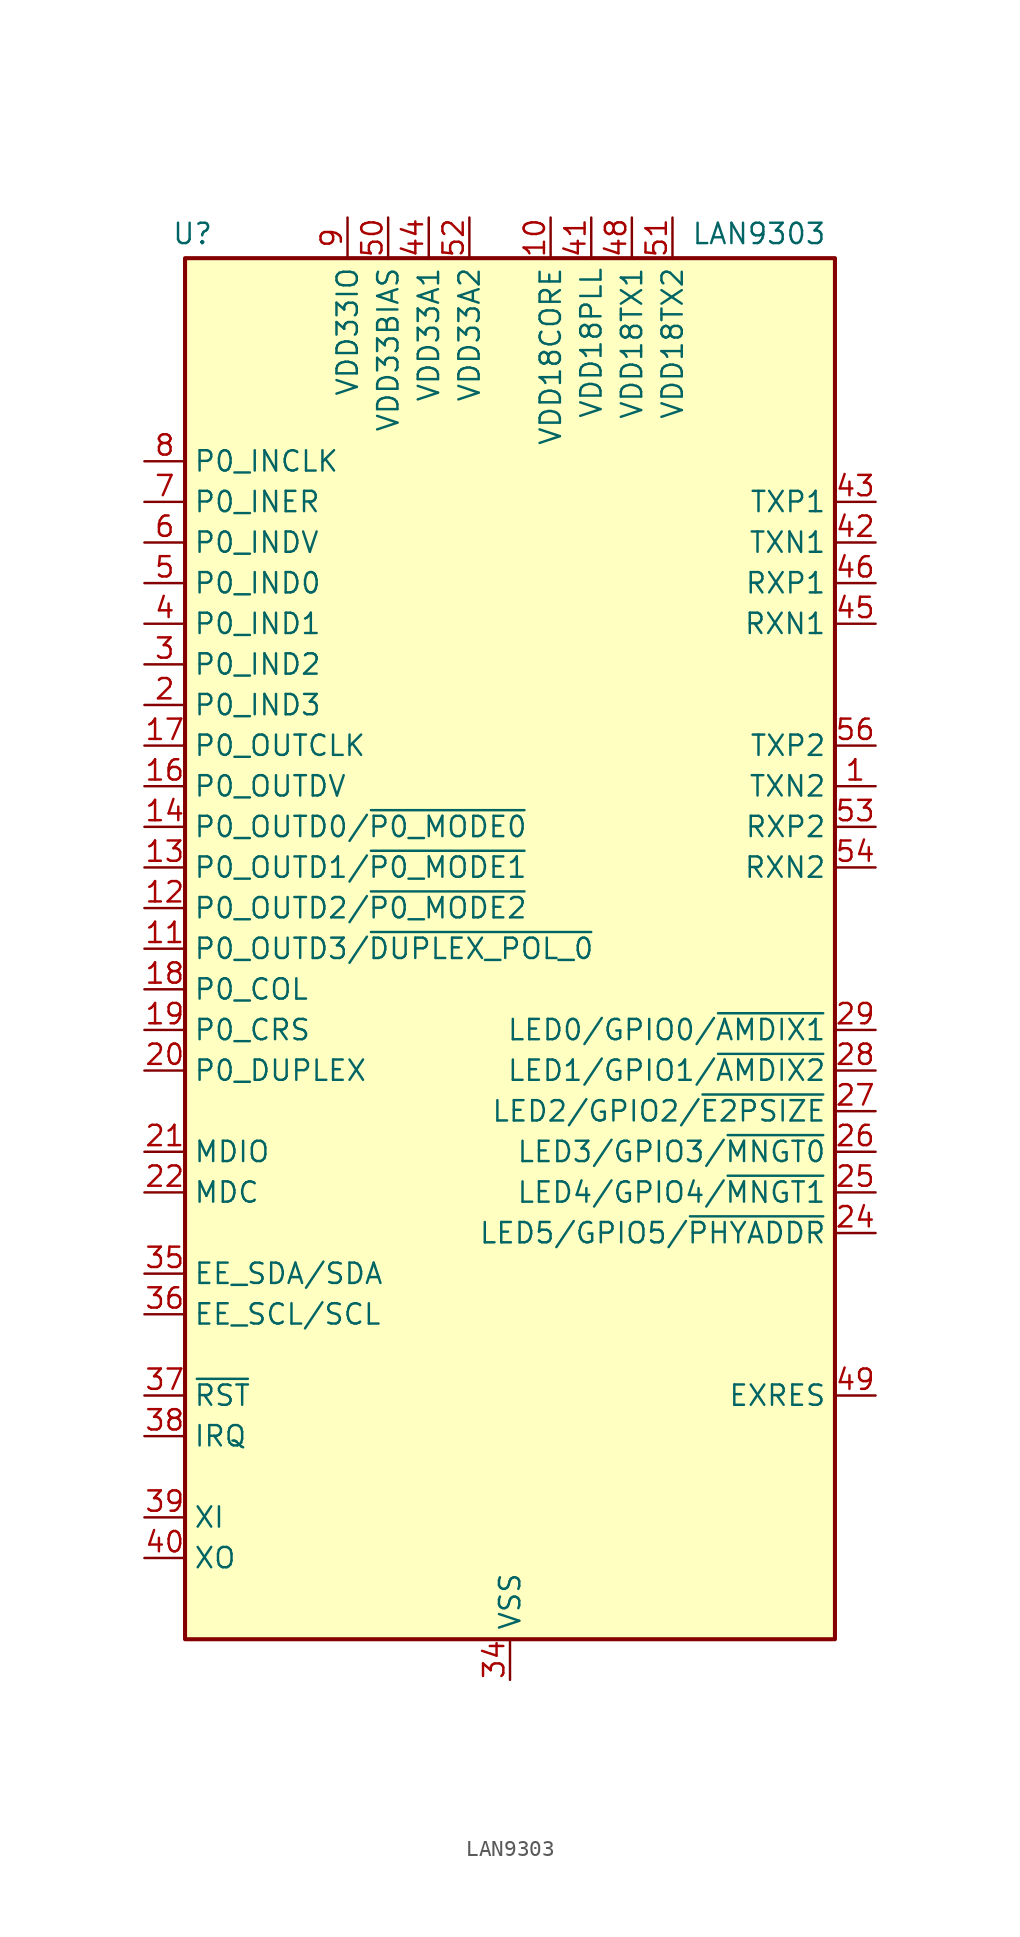
<source format=kicad_sym>
(kicad_symbol_lib
  (version 20231120)
  (generator "kicad_symbol_editor")
  (generator_version "8.0")
  (symbol "LAN9303"
    (property "Reference" "U"
      (at -18.542 44.704 0)
      (effects (font (size 1.27 1.27)) (justify right)))
    (property "Value" "LAN9303"
      (at 19.812 44.704 0)
      (effects (font (size 1.27 1.27)) (justify right)))
    (symbol "LAN9303_0_1"
      (rectangle (start -20.32 43.18) (end 20.32 -43.18) (stroke (width 0.254) (type default)) (fill (type background))))
    (symbol "LAN9303_1_1"
      (pin bidirectional line (at 22.86 10.16 180) (length 2.54) (name "TXN2" (effects (font (size 1.27 1.27)))) (number "1" (effects (font (size 1.27 1.27)))))
      (pin power_in line (at 2.54 45.72 270) (length 2.54) (name "VDD18CORE" (effects (font (size 1.27 1.27)))) (number "10" (effects (font (size 1.27 1.27)))))
      (pin passive line (at -22.86 0 0) (length 2.54) (name "P0_OUTD3/~{DUPLEX_POL_0}" (effects (font (size 1.27 1.27)))) (number "11" (effects (font (size 1.27 1.27)))))
      (pin passive line (at -22.86 2.54 0) (length 2.54) (name "P0_OUTD2/~{P0_MODE2}" (effects (font (size 1.27 1.27)))) (number "12" (effects (font (size 1.27 1.27)))))
      (pin bidirectional line (at -22.86 5.08 0) (length 2.54) (name "P0_OUTD1/~{P0_MODE1}" (effects (font (size 1.27 1.27)))) (number "13" (effects (font (size 1.27 1.27)))))
      (pin bidirectional line (at -22.86 7.62 0) (length 2.54) (name "P0_OUTD0/~{P0_MODE0}" (effects (font (size 1.27 1.27)))) (number "14" (effects (font (size 1.27 1.27)))))
      (pin passive line (at -10.16 45.72 270) (length 2.54) hide (name "VDD33IO" (effects (font (size 1.27 1.27)))) (number "15" (effects (font (size 1.27 1.27)))))
      (pin output line (at -22.86 10.16 0) (length 2.54) (name "P0_OUTDV" (effects (font (size 1.27 1.27)))) (number "16" (effects (font (size 1.27 1.27)))))
      (pin bidirectional line (at -22.86 12.7 0) (length 2.54) (name "P0_OUTCLK" (effects (font (size 1.27 1.27)))) (number "17" (effects (font (size 1.27 1.27)))))
      (pin passive line (at -22.86 -2.54 0) (length 2.54) (name "P0_COL" (effects (font (size 1.27 1.27)))) (number "18" (effects (font (size 1.27 1.27)))))
      (pin passive line (at -22.86 -5.08 0) (length 2.54) (name "P0_CRS" (effects (font (size 1.27 1.27)))) (number "19" (effects (font (size 1.27 1.27)))))
      (pin passive line (at -22.86 15.24 0) (length 2.54) (name "P0_IND3" (effects (font (size 1.27 1.27)))) (number "2" (effects (font (size 1.27 1.27)))))
      (pin input line (at -22.86 -7.62 0) (length 2.54) (name "P0_DUPLEX" (effects (font (size 1.27 1.27)))) (number "20" (effects (font (size 1.27 1.27)))))
      (pin bidirectional line (at -22.86 -12.7 0) (length 2.54) (name "MDIO" (effects (font (size 1.27 1.27)))) (number "21" (effects (font (size 1.27 1.27)))))
      (pin bidirectional line (at -22.86 -15.24 0) (length 2.54) (name "MDC" (effects (font (size 1.27 1.27)))) (number "22" (effects (font (size 1.27 1.27)))))
      (pin passive line (at -10.16 45.72 270) (length 2.54) hide (name "VDD33IO" (effects (font (size 1.27 1.27)))) (number "23" (effects (font (size 1.27 1.27)))))
      (pin passive line (at 22.86 -17.78 180) (length 2.54) (name "LED5/GPIO5/~{PHYADDR}" (effects (font (size 1.27 1.27)))) (number "24" (effects (font (size 1.27 1.27)))))
      (pin passive line (at 22.86 -15.24 180) (length 2.54) (name "LED4/GPIO4/~{MNGT1}" (effects (font (size 1.27 1.27)))) (number "25" (effects (font (size 1.27 1.27)))))
      (pin passive line (at 22.86 -12.7 180) (length 2.54) (name "LED3/GPIO3/~{MNGT0}" (effects (font (size 1.27 1.27)))) (number "26" (effects (font (size 1.27 1.27)))))
      (pin passive line (at 22.86 -10.16 180) (length 2.54) (name "LED2/GPIO2/~{E2PSIZE}" (effects (font (size 1.27 1.27)))) (number "27" (effects (font (size 1.27 1.27)))))
      (pin passive line (at 22.86 -7.62 180) (length 2.54) (name "LED1/GPIO1/~{AMDIX2}" (effects (font (size 1.27 1.27)))) (number "28" (effects (font (size 1.27 1.27)))))
      (pin passive line (at 22.86 -5.08 180) (length 2.54) (name "LED0/GPIO0/~{AMDIX1}" (effects (font (size 1.27 1.27)))) (number "29" (effects (font (size 1.27 1.27)))))
      (pin passive line (at -22.86 17.78 0) (length 2.54) (name "P0_IND2" (effects (font (size 1.27 1.27)))) (number "3" (effects (font (size 1.27 1.27)))))
      (pin passive line (at -10.16 45.72 270) (length 2.54) hide (name "VDD33IO" (effects (font (size 1.27 1.27)))) (number "30" (effects (font (size 1.27 1.27)))))
      (pin passive line (at 2.54 45.72 270) (length 2.54) hide (name "VDD18CORE" (effects (font (size 1.27 1.27)))) (number "31" (effects (font (size 1.27 1.27)))))
      (pin passive line (at -10.16 45.72 270) (length 2.54) hide (name "VDD33IO" (effects (font (size 1.27 1.27)))) (number "32" (effects (font (size 1.27 1.27)))))
      (pin passive line (at -10.16 45.72 270) (length 2.54) hide (name "VDD33IO" (effects (font (size 1.27 1.27)))) (number "33" (effects (font (size 1.27 1.27)))))
      (pin power_in line (at 0 -45.72 90) (length 2.54) (name "VSS" (effects (font (size 1.27 1.27)))) (number "34" (effects (font (size 1.27 1.27)))))
      (pin bidirectional line (at -22.86 -20.32 0) (length 2.54) (name "EE_SDA/SDA" (effects (font (size 1.27 1.27)))) (number "35" (effects (font (size 1.27 1.27)))))
      (pin bidirectional line (at -22.86 -22.86 0) (length 2.54) (name "EE_SCL/SCL" (effects (font (size 1.27 1.27)))) (number "36" (effects (font (size 1.27 1.27)))))
      (pin passive line (at -22.86 -27.94 0) (length 2.54) (name "~{RST}" (effects (font (size 1.27 1.27)))) (number "37" (effects (font (size 1.27 1.27)))))
      (pin passive line (at -22.86 -30.48 0) (length 2.54) (name "IRQ" (effects (font (size 1.27 1.27)))) (number "38" (effects (font (size 1.27 1.27)))))
      (pin input line (at -22.86 -35.56 0) (length 2.54) (name "XI" (effects (font (size 1.27 1.27)))) (number "39" (effects (font (size 1.27 1.27)))))
      (pin input line (at -22.86 20.32 0) (length 2.54) (name "P0_IND1" (effects (font (size 1.27 1.27)))) (number "4" (effects (font (size 1.27 1.27)))))
      (pin passive line (at -22.86 -38.1 0) (length 2.54) (name "XO" (effects (font (size 1.27 1.27)))) (number "40" (effects (font (size 1.27 1.27)))))
      (pin power_in line (at 5.08 45.72 270) (length 2.54) (name "VDD18PLL" (effects (font (size 1.27 1.27)))) (number "41" (effects (font (size 1.27 1.27)))))
      (pin bidirectional line (at 22.86 25.4 180) (length 2.54) (name "TXN1" (effects (font (size 1.27 1.27)))) (number "42" (effects (font (size 1.27 1.27)))))
      (pin bidirectional line (at 22.86 27.94 180) (length 2.54) (name "TXP1" (effects (font (size 1.27 1.27)))) (number "43" (effects (font (size 1.27 1.27)))))
      (pin power_in line (at -5.08 45.72 270) (length 2.54) (name "VDD33A1" (effects (font (size 1.27 1.27)))) (number "44" (effects (font (size 1.27 1.27)))))
      (pin bidirectional line (at 22.86 20.32 180) (length 2.54) (name "RXN1" (effects (font (size 1.27 1.27)))) (number "45" (effects (font (size 1.27 1.27)))))
      (pin bidirectional line (at 22.86 22.86 180) (length 2.54) (name "RXP1" (effects (font (size 1.27 1.27)))) (number "46" (effects (font (size 1.27 1.27)))))
      (pin passive line (at -5.08 45.72 270) (length 2.54) hide (name "VDD33A1" (effects (font (size 1.27 1.27)))) (number "47" (effects (font (size 1.27 1.27)))))
      (pin power_in line (at 7.62 45.72 270) (length 2.54) (name "VDD18TX1" (effects (font (size 1.27 1.27)))) (number "48" (effects (font (size 1.27 1.27)))))
      (pin passive line (at 22.86 -27.94 180) (length 2.54) (name "EXRES" (effects (font (size 1.27 1.27)))) (number "49" (effects (font (size 1.27 1.27)))))
      (pin input line (at -22.86 22.86 0) (length 2.54) (name "P0_IND0" (effects (font (size 1.27 1.27)))) (number "5" (effects (font (size 1.27 1.27)))))
      (pin power_in line (at -7.62 45.72 270) (length 2.54) (name "VDD33BIAS" (effects (font (size 1.27 1.27)))) (number "50" (effects (font (size 1.27 1.27)))))
      (pin power_in line (at 10.16 45.72 270) (length 2.54) (name "VDD18TX2" (effects (font (size 1.27 1.27)))) (number "51" (effects (font (size 1.27 1.27)))))
      (pin power_in line (at -2.54 45.72 270) (length 2.54) (name "VDD33A2" (effects (font (size 1.27 1.27)))) (number "52" (effects (font (size 1.27 1.27)))))
      (pin bidirectional line (at 22.86 7.62 180) (length 2.54) (name "RXP2" (effects (font (size 1.27 1.27)))) (number "53" (effects (font (size 1.27 1.27)))))
      (pin bidirectional line (at 22.86 5.08 180) (length 2.54) (name "RXN2" (effects (font (size 1.27 1.27)))) (number "54" (effects (font (size 1.27 1.27)))))
      (pin passive line (at -2.54 45.72 270) (length 2.54) hide (name "VDD33A2" (effects (font (size 1.27 1.27)))) (number "55" (effects (font (size 1.27 1.27)))))
      (pin bidirectional line (at 22.86 12.7 180) (length 2.54) (name "TXP2" (effects (font (size 1.27 1.27)))) (number "56" (effects (font (size 1.27 1.27)))))
      (pin passive line (at 0 -45.72 90) (length 2.54) hide (name "VSS" (effects (font (size 1.27 1.27)))) (number "57" (effects (font (size 1.27 1.27)))))
      (pin input line (at -22.86 25.4 0) (length 2.54) (name "P0_INDV" (effects (font (size 1.27 1.27)))) (number "6" (effects (font (size 1.27 1.27)))))
      (pin passive line (at -22.86 27.94 0) (length 2.54) (name "P0_INER" (effects (font (size 1.27 1.27)))) (number "7" (effects (font (size 1.27 1.27)))))
      (pin passive line (at -22.86 30.48 0) (length 2.54) (name "P0_INCLK" (effects (font (size 1.27 1.27)))) (number "8" (effects (font (size 1.27 1.27)))))
      (pin power_in line (at -10.16 45.72 270) (length 2.54) (name "VDD33IO" (effects (font (size 1.27 1.27)))) (number "9" (effects (font (size 1.27 1.27))))))))
</source>
